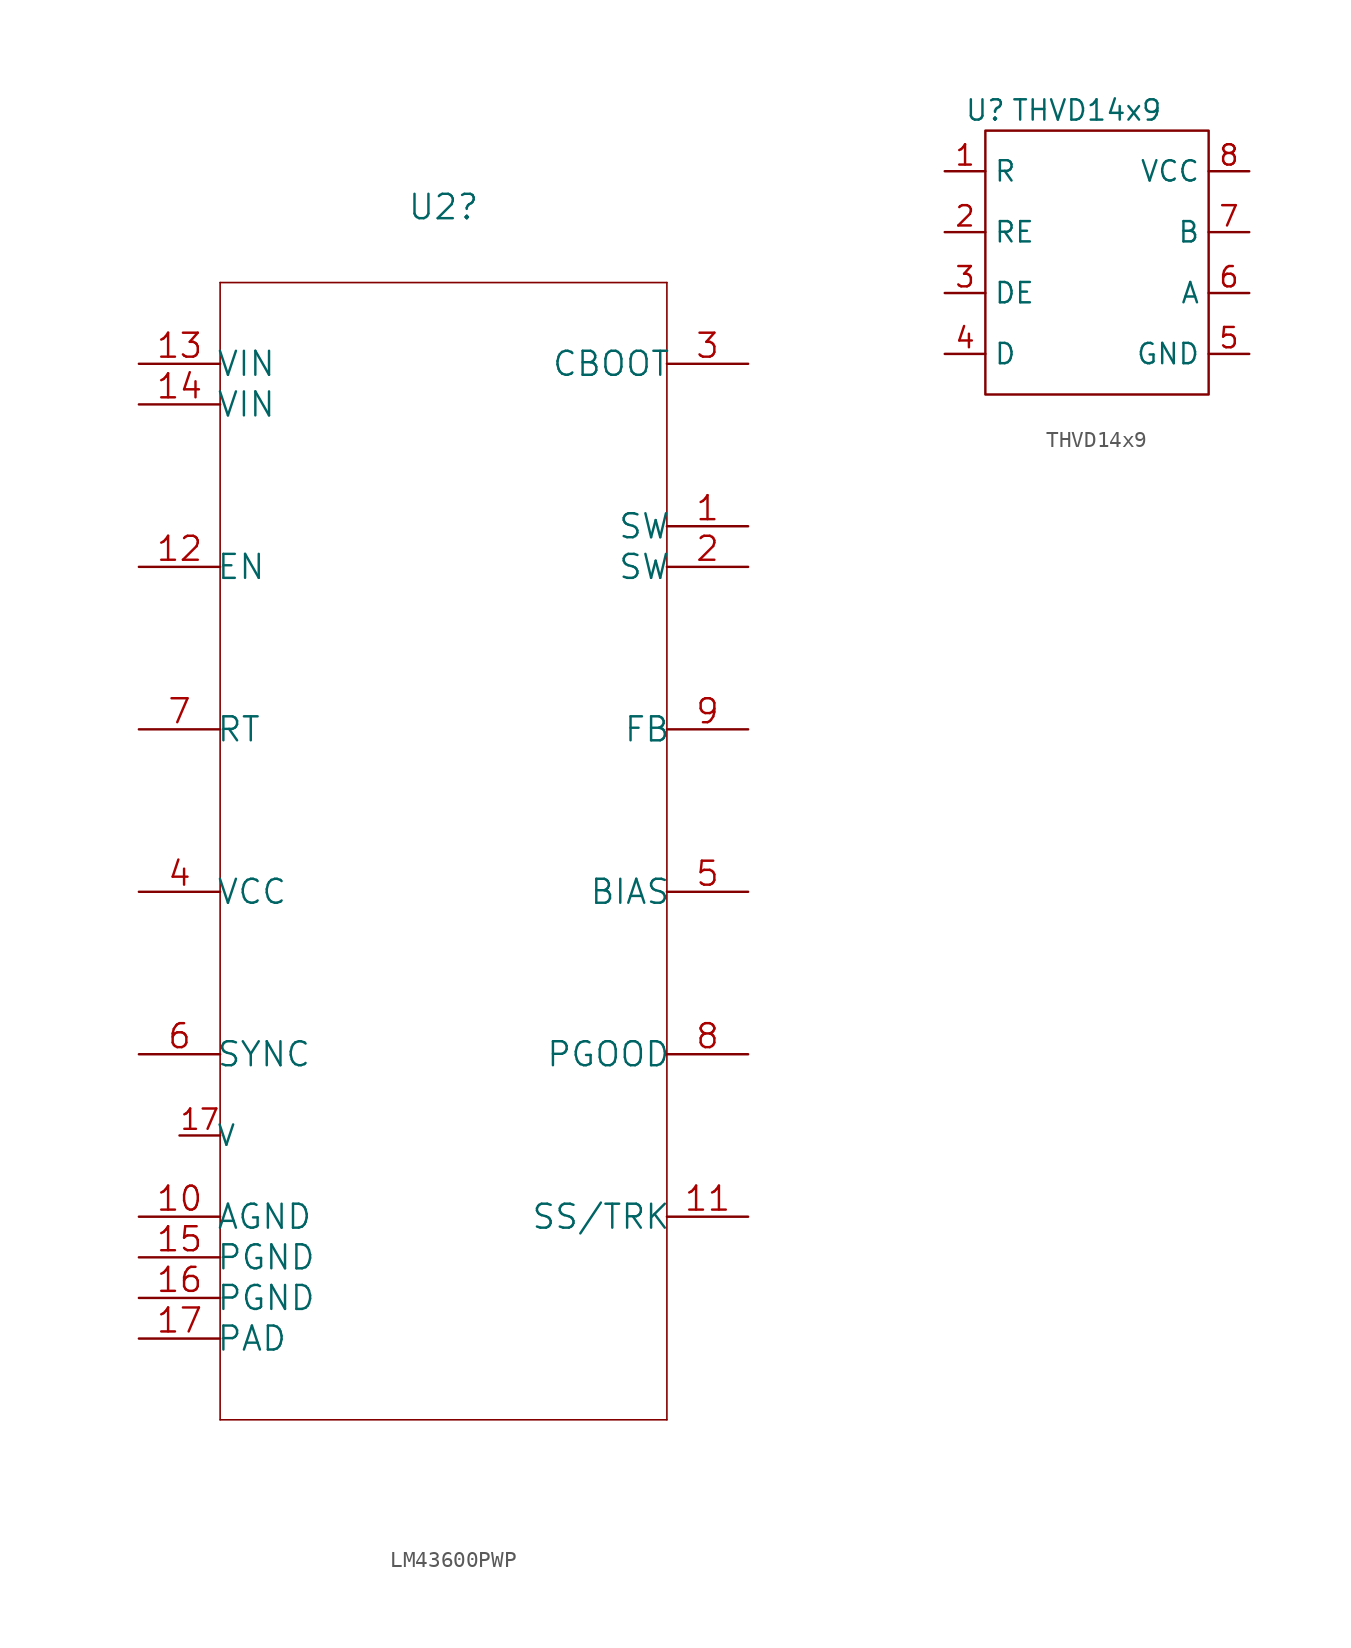
<source format=kicad_sym>
(kicad_symbol_lib
  (version 20211014)
  (generator kicad_symbol_editor)
  (symbol "LM43600PWP"
    (pin_names
      (offset -0.254))
    (property "Reference" "U2"
      (at -1.27 40.284 0)
      (effects (font (size 1.524 1.524))))
    (property "Datasheet" ""
      (at 0 0 0)
      (effects (font (size 1.524 1.524))))
    (property "ki_locked" ""
      (at 0 0 0)
      (effects (font (size 1.27 1.27))))
    (symbol "LM43600PWP_1_1"
      (polyline (pts (xy -15.24 -35.56) (xy 12.7 -35.56)) (stroke (width 0.102) (type default) (color 0 0 0 0)) (fill (type none)))
      (polyline (pts (xy -15.24 35.56) (xy -15.24 -35.56)) (stroke (width 0.102) (type default) (color 0 0 0 0)) (fill (type none)))
      (polyline (pts (xy 12.7 -35.56) (xy 12.7 35.56)) (stroke (width 0.102) (type default) (color 0 0 0 0)) (fill (type none)))
      (polyline (pts (xy 12.7 35.56) (xy -15.24 35.56)) (stroke (width 0.102) (type default) (color 0 0 0 0)) (fill (type none)))
      (pin power_in line (at 17.78 20.32 180) (length 5.08) (name "SW" (effects (font (size 1.499 1.499)))) (number "1" (effects (font (size 1.499 1.499)))))
      (pin power_in line (at -20.32 -22.86 0) (length 5.08) (name "AGND" (effects (font (size 1.499 1.499)))) (number "10" (effects (font (size 1.499 1.499)))))
      (pin input line (at 17.78 -22.86 180) (length 5.08) (name "SS/TRK" (effects (font (size 1.499 1.499)))) (number "11" (effects (font (size 1.499 1.499)))))
      (pin input line (at -20.32 17.78 0) (length 5.08) (name "EN" (effects (font (size 1.499 1.499)))) (number "12" (effects (font (size 1.499 1.499)))))
      (pin power_in line (at -20.32 30.48 0) (length 5.08) (name "VIN" (effects (font (size 1.499 1.499)))) (number "13" (effects (font (size 1.499 1.499)))))
      (pin power_in line (at -20.32 27.94 0) (length 5.08) (name "VIN" (effects (font (size 1.499 1.499)))) (number "14" (effects (font (size 1.499 1.499)))))
      (pin power_in line (at -20.32 -25.4 0) (length 5.08) (name "PGND" (effects (font (size 1.499 1.499)))) (number "15" (effects (font (size 1.499 1.499)))))
      (pin power_in line (at -20.32 -27.94 0) (length 5.08) (name "PGND" (effects (font (size 1.499 1.499)))) (number "16" (effects (font (size 1.499 1.499)))))
      (pin power_in line (at -20.32 -30.48 0) (length 5.08) (name "PAD" (effects (font (size 1.499 1.499)))) (number "17" (effects (font (size 1.499 1.499)))))
      (pin input line (at -17.78 -17.78 0) (length 2.54) (name "V" (effects (font (size 1.27 1.27)))) (number "17" (effects (font (size 1.27 1.27)))))
      (pin power_in line (at 17.78 17.78 180) (length 5.08) (name "SW" (effects (font (size 1.499 1.499)))) (number "2" (effects (font (size 1.499 1.499)))))
      (pin input line (at 17.78 30.48 180) (length 5.08) (name "CBOOT" (effects (font (size 1.499 1.499)))) (number "3" (effects (font (size 1.499 1.499)))))
      (pin power_in line (at -20.32 -2.54 0) (length 5.08) (name "VCC" (effects (font (size 1.499 1.499)))) (number "4" (effects (font (size 1.499 1.499)))))
      (pin power_in line (at 17.78 -2.54 180) (length 5.08) (name "BIAS" (effects (font (size 1.499 1.499)))) (number "5" (effects (font (size 1.499 1.499)))))
      (pin input line (at -20.32 -12.7 0) (length 5.08) (name "SYNC" (effects (font (size 1.499 1.499)))) (number "6" (effects (font (size 1.499 1.499)))))
      (pin input line (at -20.32 7.62 0) (length 5.08) (name "RT" (effects (font (size 1.499 1.499)))) (number "7" (effects (font (size 1.499 1.499)))))
      (pin output line (at 17.78 -12.7 180) (length 5.08) (name "PGOOD" (effects (font (size 1.499 1.499)))) (number "8" (effects (font (size 1.499 1.499)))))
      (pin input line (at 17.78 7.62 180) (length 5.08) (name "FB" (effects (font (size 1.499 1.499)))) (number "9" (effects (font (size 1.499 1.499)))))))
  (symbol "THVD14x9"
    (property "Reference" "U"
      (at -5.08 1.27 0)
      (effects (font (size 1.27 1.27))))
    (property "Value" "THVD14x9"
      (at 1.27 1.27 0)
      (effects (font (size 1.27 1.27))))
    (symbol "THVD14x9_0_1"
      (rectangle (start -5.08 0) (end 8.89 -16.51) (stroke (width 0) (type default) (color 0 0 0 0)) (fill (type none))))
    (symbol "THVD14x9_1_1"
      (pin output line (at -7.62 -2.54 0) (length 2.54) (name "R" (effects (font (size 1.27 1.27)))) (number "1" (effects (font (size 1.27 1.27)))))
      (pin input line (at -7.62 -6.35 0) (length 2.54) (name "RE" (effects (font (size 1.27 1.27)))) (number "2" (effects (font (size 1.27 1.27)))))
      (pin input line (at -7.62 -10.16 0) (length 2.54) (name "DE" (effects (font (size 1.27 1.27)))) (number "3" (effects (font (size 1.27 1.27)))))
      (pin input line (at -7.62 -13.97 0) (length 2.54) (name "D" (effects (font (size 1.27 1.27)))) (number "4" (effects (font (size 1.27 1.27)))))
      (pin input line (at 11.43 -13.97 180) (length 2.54) (name "GND" (effects (font (size 1.27 1.27)))) (number "5" (effects (font (size 1.27 1.27)))))
      (pin input line (at 11.43 -10.16 180) (length 2.54) (name "A" (effects (font (size 1.27 1.27)))) (number "6" (effects (font (size 1.27 1.27)))))
      (pin input line (at 11.43 -6.35 180) (length 2.54) (name "B" (effects (font (size 1.27 1.27)))) (number "7" (effects (font (size 1.27 1.27)))))
      (pin input line (at 11.43 -2.54 180) (length 2.54) (name "VCC" (effects (font (size 1.27 1.27)))) (number "8" (effects (font (size 1.27 1.27))))))))
</source>
